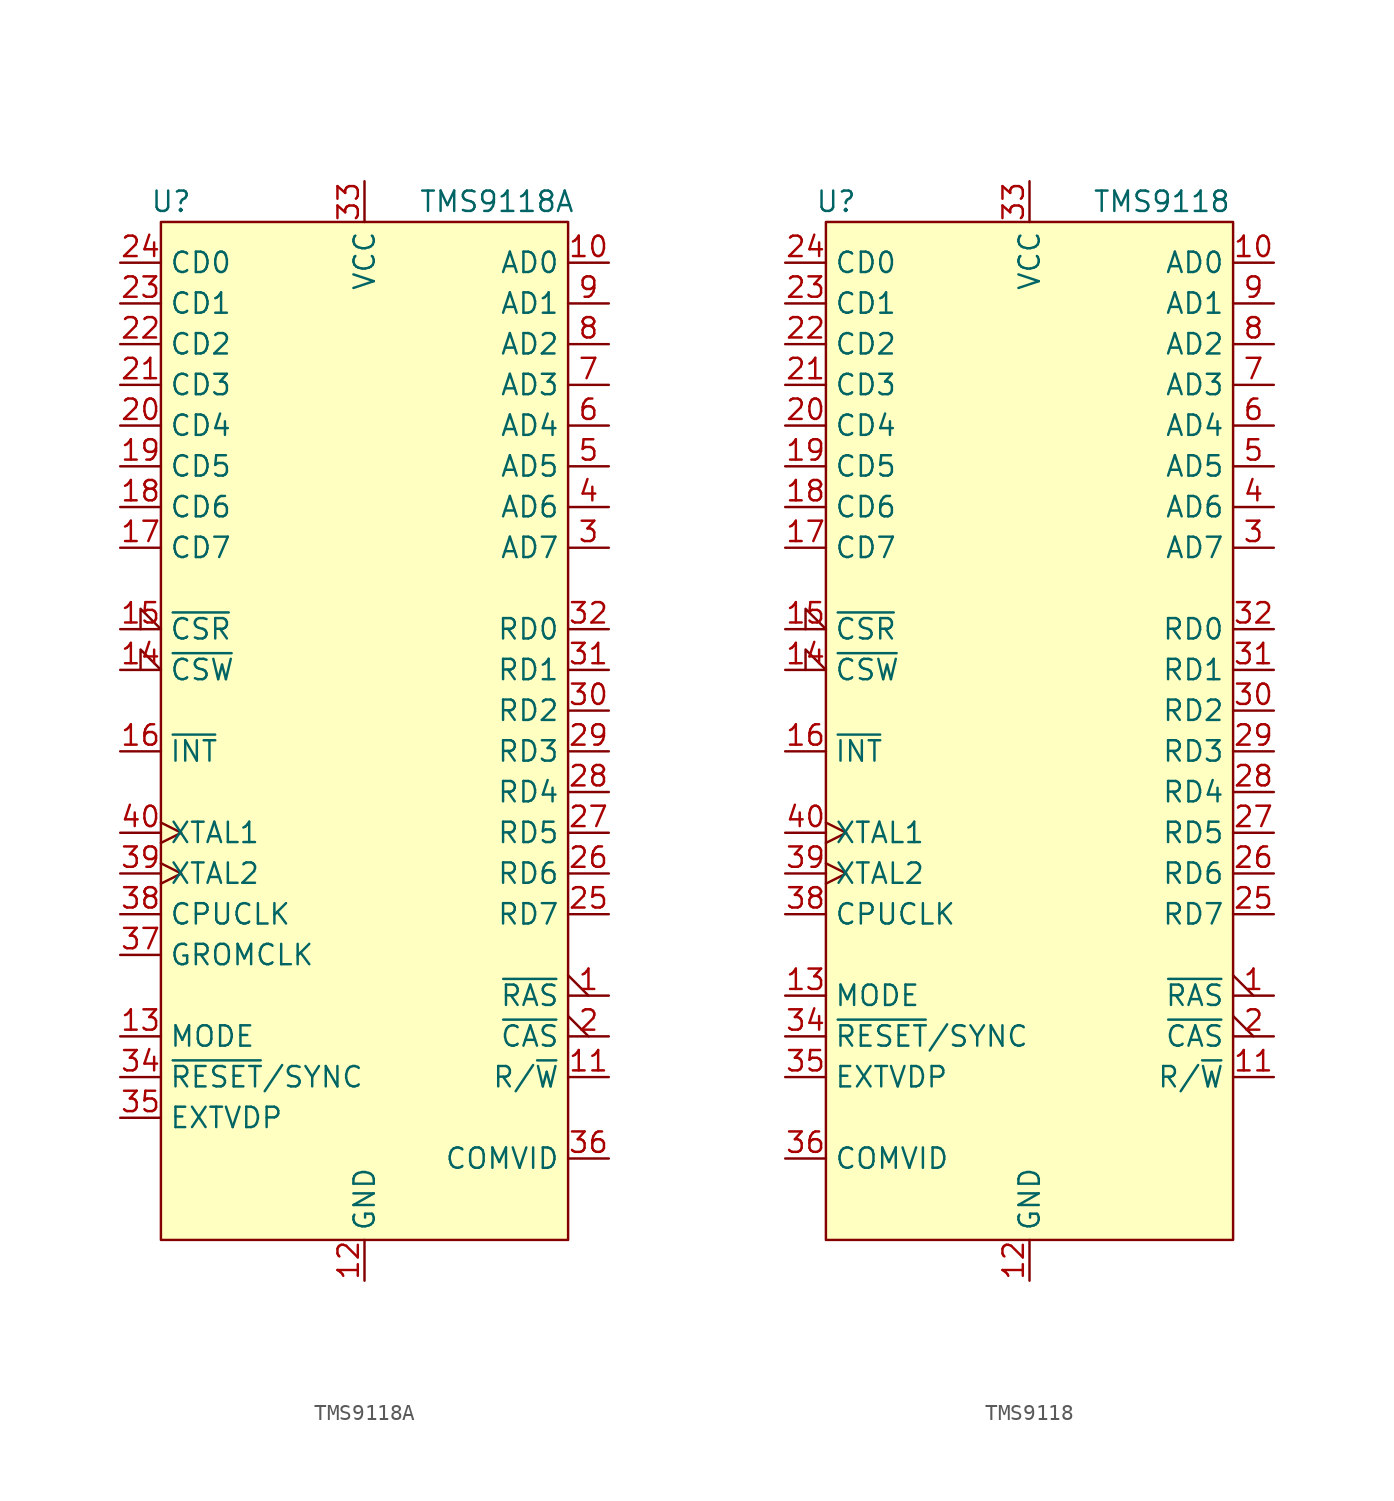
<source format=kicad_sym>
(kicad_symbol_lib
  (version 20211014)
  (generator kicad_symbol_editor)
  (symbol "TMS9118A"
    (property "Reference" "U"
      (at -12.065 20.32 0)
      (effects (font (size 1.27 1.27))))
    (property "Value" "TMS9118A"
      (at 8.255 20.32 0)
      (effects (font (size 1.27 1.27))))
    (symbol "TMS9118A_0_1"
      (rectangle (start -12.7 19.05) (end 12.7 -44.45) (stroke (width 0) (type default) (color 0 0 0 0)) (fill (type background))))
    (symbol "TMS9118A_1_1"
      (pin output output_low (at 15.24 -29.21 180) (length 2.54) (name "~{RAS}" (effects (font (size 1.27 1.27)))) (number "1" (effects (font (size 1.27 1.27)))))
      (pin output line (at 15.24 16.51 180) (length 2.54) (name "AD0" (effects (font (size 1.27 1.27)))) (number "10" (effects (font (size 1.27 1.27)))))
      (pin input line (at 15.24 -34.29 180) (length 2.54) (name "R/~{W}" (effects (font (size 1.27 1.27)))) (number "11" (effects (font (size 1.27 1.27)))))
      (pin power_in line (at 0 -46.99 90) (length 2.54) (name "GND" (effects (font (size 1.27 1.27)))) (number "12" (effects (font (size 1.27 1.27)))))
      (pin input line (at -15.24 -31.75 0) (length 2.54) (name "MODE" (effects (font (size 1.27 1.27)))) (number "13" (effects (font (size 1.27 1.27)))))
      (pin input input_low (at -15.24 -8.89 0) (length 2.54) (name "~{CSW}" (effects (font (size 1.27 1.27)))) (number "14" (effects (font (size 1.27 1.27)))))
      (pin input input_low (at -15.24 -6.35 0) (length 2.54) (name "~{CSR}" (effects (font (size 1.27 1.27)))) (number "15" (effects (font (size 1.27 1.27)))))
      (pin input line (at -15.24 -13.97 0) (length 2.54) (name "~{INT}" (effects (font (size 1.27 1.27)))) (number "16" (effects (font (size 1.27 1.27)))))
      (pin bidirectional line (at -15.24 -1.27 0) (length 2.54) (name "CD7" (effects (font (size 1.27 1.27)))) (number "17" (effects (font (size 1.27 1.27)))))
      (pin bidirectional line (at -15.24 1.27 0) (length 2.54) (name "CD6" (effects (font (size 1.27 1.27)))) (number "18" (effects (font (size 1.27 1.27)))))
      (pin bidirectional line (at -15.24 3.81 0) (length 2.54) (name "CD5" (effects (font (size 1.27 1.27)))) (number "19" (effects (font (size 1.27 1.27)))))
      (pin output output_low (at 15.24 -31.75 180) (length 2.54) (name "~{CAS}" (effects (font (size 1.27 1.27)))) (number "2" (effects (font (size 1.27 1.27)))))
      (pin bidirectional line (at -15.24 6.35 0) (length 2.54) (name "CD4" (effects (font (size 1.27 1.27)))) (number "20" (effects (font (size 1.27 1.27)))))
      (pin bidirectional line (at -15.24 8.89 0) (length 2.54) (name "CD3" (effects (font (size 1.27 1.27)))) (number "21" (effects (font (size 1.27 1.27)))))
      (pin bidirectional line (at -15.24 11.43 0) (length 2.54) (name "CD2" (effects (font (size 1.27 1.27)))) (number "22" (effects (font (size 1.27 1.27)))))
      (pin bidirectional line (at -15.24 13.97 0) (length 2.54) (name "CD1" (effects (font (size 1.27 1.27)))) (number "23" (effects (font (size 1.27 1.27)))))
      (pin bidirectional line (at -15.24 16.51 0) (length 2.54) (name "CD0" (effects (font (size 1.27 1.27)))) (number "24" (effects (font (size 1.27 1.27)))))
      (pin bidirectional line (at 15.24 -24.13 180) (length 2.54) (name "RD7" (effects (font (size 1.27 1.27)))) (number "25" (effects (font (size 1.27 1.27)))))
      (pin bidirectional line (at 15.24 -21.59 180) (length 2.54) (name "RD6" (effects (font (size 1.27 1.27)))) (number "26" (effects (font (size 1.27 1.27)))))
      (pin bidirectional line (at 15.24 -19.05 180) (length 2.54) (name "RD5" (effects (font (size 1.27 1.27)))) (number "27" (effects (font (size 1.27 1.27)))))
      (pin bidirectional line (at 15.24 -16.51 180) (length 2.54) (name "RD4" (effects (font (size 1.27 1.27)))) (number "28" (effects (font (size 1.27 1.27)))))
      (pin bidirectional line (at 15.24 -13.97 180) (length 2.54) (name "RD3" (effects (font (size 1.27 1.27)))) (number "29" (effects (font (size 1.27 1.27)))))
      (pin output line (at 15.24 -1.27 180) (length 2.54) (name "AD7" (effects (font (size 1.27 1.27)))) (number "3" (effects (font (size 1.27 1.27)))))
      (pin bidirectional line (at 15.24 -11.43 180) (length 2.54) (name "RD2" (effects (font (size 1.27 1.27)))) (number "30" (effects (font (size 1.27 1.27)))))
      (pin bidirectional line (at 15.24 -8.89 180) (length 2.54) (name "RD1" (effects (font (size 1.27 1.27)))) (number "31" (effects (font (size 1.27 1.27)))))
      (pin bidirectional line (at 15.24 -6.35 180) (length 2.54) (name "RD0" (effects (font (size 1.27 1.27)))) (number "32" (effects (font (size 1.27 1.27)))))
      (pin power_in line (at 0 21.59 270) (length 2.54) (name "VCC" (effects (font (size 1.27 1.27)))) (number "33" (effects (font (size 1.27 1.27)))))
      (pin input line (at -15.24 -34.29 0) (length 2.54) (name "~{RESET}/SYNC" (effects (font (size 1.27 1.27)))) (number "34" (effects (font (size 1.27 1.27)))))
      (pin output line (at -15.24 -36.83 0) (length 2.54) (name "EXTVDP" (effects (font (size 1.27 1.27)))) (number "35" (effects (font (size 1.27 1.27)))))
      (pin output line (at 15.24 -39.37 180) (length 2.54) (name "COMVID" (effects (font (size 1.27 1.27)))) (number "36" (effects (font (size 1.27 1.27)))))
      (pin output line (at -15.24 -26.67 0) (length 2.54) (name "GROMCLK" (effects (font (size 1.27 1.27)))) (number "37" (effects (font (size 1.27 1.27)))))
      (pin output line (at -15.24 -24.13 0) (length 2.54) (name "CPUCLK" (effects (font (size 1.27 1.27)))) (number "38" (effects (font (size 1.27 1.27)))))
      (pin input clock (at -15.24 -21.59 0) (length 2.54) (name "XTAL2" (effects (font (size 1.27 1.27)))) (number "39" (effects (font (size 1.27 1.27)))))
      (pin output line (at 15.24 1.27 180) (length 2.54) (name "AD6" (effects (font (size 1.27 1.27)))) (number "4" (effects (font (size 1.27 1.27)))))
      (pin input clock (at -15.24 -19.05 0) (length 2.54) (name "XTAL1" (effects (font (size 1.27 1.27)))) (number "40" (effects (font (size 1.27 1.27)))))
      (pin output line (at 15.24 3.81 180) (length 2.54) (name "AD5" (effects (font (size 1.27 1.27)))) (number "5" (effects (font (size 1.27 1.27)))))
      (pin output line (at 15.24 6.35 180) (length 2.54) (name "AD4" (effects (font (size 1.27 1.27)))) (number "6" (effects (font (size 1.27 1.27)))))
      (pin output line (at 15.24 8.89 180) (length 2.54) (name "AD3" (effects (font (size 1.27 1.27)))) (number "7" (effects (font (size 1.27 1.27)))))
      (pin output line (at 15.24 11.43 180) (length 2.54) (name "AD2" (effects (font (size 1.27 1.27)))) (number "8" (effects (font (size 1.27 1.27)))))
      (pin output line (at 15.24 13.97 180) (length 2.54) (name "AD1" (effects (font (size 1.27 1.27)))) (number "9" (effects (font (size 1.27 1.27)))))))
  (symbol "TMS9118"
    (property "Reference" "U"
      (at -12.065 29.21 0)
      (effects (font (size 1.27 1.27))))
    (property "Value" "TMS9118"
      (at 8.255 29.21 0)
      (effects (font (size 1.27 1.27))))
    (symbol "TMS9118_0_1"
      (rectangle (start -12.7 27.94) (end 12.7 -35.56) (stroke (width 0) (type default) (color 0 0 0 0)) (fill (type background))))
    (symbol "TMS9118_1_1"
      (pin output output_low (at 15.24 -20.32 180) (length 2.54) (name "~{RAS}" (effects (font (size 1.27 1.27)))) (number "1" (effects (font (size 1.27 1.27)))))
      (pin output line (at 15.24 25.4 180) (length 2.54) (name "AD0" (effects (font (size 1.27 1.27)))) (number "10" (effects (font (size 1.27 1.27)))))
      (pin input line (at 15.24 -25.4 180) (length 2.54) (name "R/~{W}" (effects (font (size 1.27 1.27)))) (number "11" (effects (font (size 1.27 1.27)))))
      (pin power_in line (at 0 -38.1 90) (length 2.54) (name "GND" (effects (font (size 1.27 1.27)))) (number "12" (effects (font (size 1.27 1.27)))))
      (pin input line (at -15.24 -20.32 0) (length 2.54) (name "MODE" (effects (font (size 1.27 1.27)))) (number "13" (effects (font (size 1.27 1.27)))))
      (pin input input_low (at -15.24 0 0) (length 2.54) (name "~{CSW}" (effects (font (size 1.27 1.27)))) (number "14" (effects (font (size 1.27 1.27)))))
      (pin input input_low (at -15.24 2.54 0) (length 2.54) (name "~{CSR}" (effects (font (size 1.27 1.27)))) (number "15" (effects (font (size 1.27 1.27)))))
      (pin input line (at -15.24 -5.08 0) (length 2.54) (name "~{INT}" (effects (font (size 1.27 1.27)))) (number "16" (effects (font (size 1.27 1.27)))))
      (pin bidirectional line (at -15.24 7.62 0) (length 2.54) (name "CD7" (effects (font (size 1.27 1.27)))) (number "17" (effects (font (size 1.27 1.27)))))
      (pin bidirectional line (at -15.24 10.16 0) (length 2.54) (name "CD6" (effects (font (size 1.27 1.27)))) (number "18" (effects (font (size 1.27 1.27)))))
      (pin bidirectional line (at -15.24 12.7 0) (length 2.54) (name "CD5" (effects (font (size 1.27 1.27)))) (number "19" (effects (font (size 1.27 1.27)))))
      (pin output output_low (at 15.24 -22.86 180) (length 2.54) (name "~{CAS}" (effects (font (size 1.27 1.27)))) (number "2" (effects (font (size 1.27 1.27)))))
      (pin bidirectional line (at -15.24 15.24 0) (length 2.54) (name "CD4" (effects (font (size 1.27 1.27)))) (number "20" (effects (font (size 1.27 1.27)))))
      (pin bidirectional line (at -15.24 17.78 0) (length 2.54) (name "CD3" (effects (font (size 1.27 1.27)))) (number "21" (effects (font (size 1.27 1.27)))))
      (pin bidirectional line (at -15.24 20.32 0) (length 2.54) (name "CD2" (effects (font (size 1.27 1.27)))) (number "22" (effects (font (size 1.27 1.27)))))
      (pin bidirectional line (at -15.24 22.86 0) (length 2.54) (name "CD1" (effects (font (size 1.27 1.27)))) (number "23" (effects (font (size 1.27 1.27)))))
      (pin bidirectional line (at -15.24 25.4 0) (length 2.54) (name "CD0" (effects (font (size 1.27 1.27)))) (number "24" (effects (font (size 1.27 1.27)))))
      (pin bidirectional line (at 15.24 -15.24 180) (length 2.54) (name "RD7" (effects (font (size 1.27 1.27)))) (number "25" (effects (font (size 1.27 1.27)))))
      (pin bidirectional line (at 15.24 -12.7 180) (length 2.54) (name "RD6" (effects (font (size 1.27 1.27)))) (number "26" (effects (font (size 1.27 1.27)))))
      (pin bidirectional line (at 15.24 -10.16 180) (length 2.54) (name "RD5" (effects (font (size 1.27 1.27)))) (number "27" (effects (font (size 1.27 1.27)))))
      (pin bidirectional line (at 15.24 -7.62 180) (length 2.54) (name "RD4" (effects (font (size 1.27 1.27)))) (number "28" (effects (font (size 1.27 1.27)))))
      (pin bidirectional line (at 15.24 -5.08 180) (length 2.54) (name "RD3" (effects (font (size 1.27 1.27)))) (number "29" (effects (font (size 1.27 1.27)))))
      (pin output line (at 15.24 7.62 180) (length 2.54) (name "AD7" (effects (font (size 1.27 1.27)))) (number "3" (effects (font (size 1.27 1.27)))))
      (pin bidirectional line (at 15.24 -2.54 180) (length 2.54) (name "RD2" (effects (font (size 1.27 1.27)))) (number "30" (effects (font (size 1.27 1.27)))))
      (pin bidirectional line (at 15.24 0 180) (length 2.54) (name "RD1" (effects (font (size 1.27 1.27)))) (number "31" (effects (font (size 1.27 1.27)))))
      (pin bidirectional line (at 15.24 2.54 180) (length 2.54) (name "RD0" (effects (font (size 1.27 1.27)))) (number "32" (effects (font (size 1.27 1.27)))))
      (pin power_in line (at 0 30.48 270) (length 2.54) (name "VCC" (effects (font (size 1.27 1.27)))) (number "33" (effects (font (size 1.27 1.27)))))
      (pin input line (at -15.24 -22.86 0) (length 2.54) (name "~{RESET}/SYNC" (effects (font (size 1.27 1.27)))) (number "34" (effects (font (size 1.27 1.27)))))
      (pin output line (at -15.24 -25.4 0) (length 2.54) (name "EXTVDP" (effects (font (size 1.27 1.27)))) (number "35" (effects (font (size 1.27 1.27)))))
      (pin output line (at -15.24 -30.48 0) (length 2.54) (name "COMVID" (effects (font (size 1.27 1.27)))) (number "36" (effects (font (size 1.27 1.27)))))
      (pin no_connect line (at 15.24 -30.48 180) (length 2.54) hide (name "N.C." (effects (font (size 1.27 1.27)))) (number "37" (effects (font (size 1.27 1.27)))))
      (pin output line (at -15.24 -15.24 0) (length 2.54) (name "CPUCLK" (effects (font (size 1.27 1.27)))) (number "38" (effects (font (size 1.27 1.27)))))
      (pin input clock (at -15.24 -12.7 0) (length 2.54) (name "XTAL2" (effects (font (size 1.27 1.27)))) (number "39" (effects (font (size 1.27 1.27)))))
      (pin output line (at 15.24 10.16 180) (length 2.54) (name "AD6" (effects (font (size 1.27 1.27)))) (number "4" (effects (font (size 1.27 1.27)))))
      (pin input clock (at -15.24 -10.16 0) (length 2.54) (name "XTAL1" (effects (font (size 1.27 1.27)))) (number "40" (effects (font (size 1.27 1.27)))))
      (pin output line (at 15.24 12.7 180) (length 2.54) (name "AD5" (effects (font (size 1.27 1.27)))) (number "5" (effects (font (size 1.27 1.27)))))
      (pin output line (at 15.24 15.24 180) (length 2.54) (name "AD4" (effects (font (size 1.27 1.27)))) (number "6" (effects (font (size 1.27 1.27)))))
      (pin output line (at 15.24 17.78 180) (length 2.54) (name "AD3" (effects (font (size 1.27 1.27)))) (number "7" (effects (font (size 1.27 1.27)))))
      (pin output line (at 15.24 20.32 180) (length 2.54) (name "AD2" (effects (font (size 1.27 1.27)))) (number "8" (effects (font (size 1.27 1.27)))))
      (pin output line (at 15.24 22.86 180) (length 2.54) (name "AD1" (effects (font (size 1.27 1.27)))) (number "9" (effects (font (size 1.27 1.27))))))))
</source>
